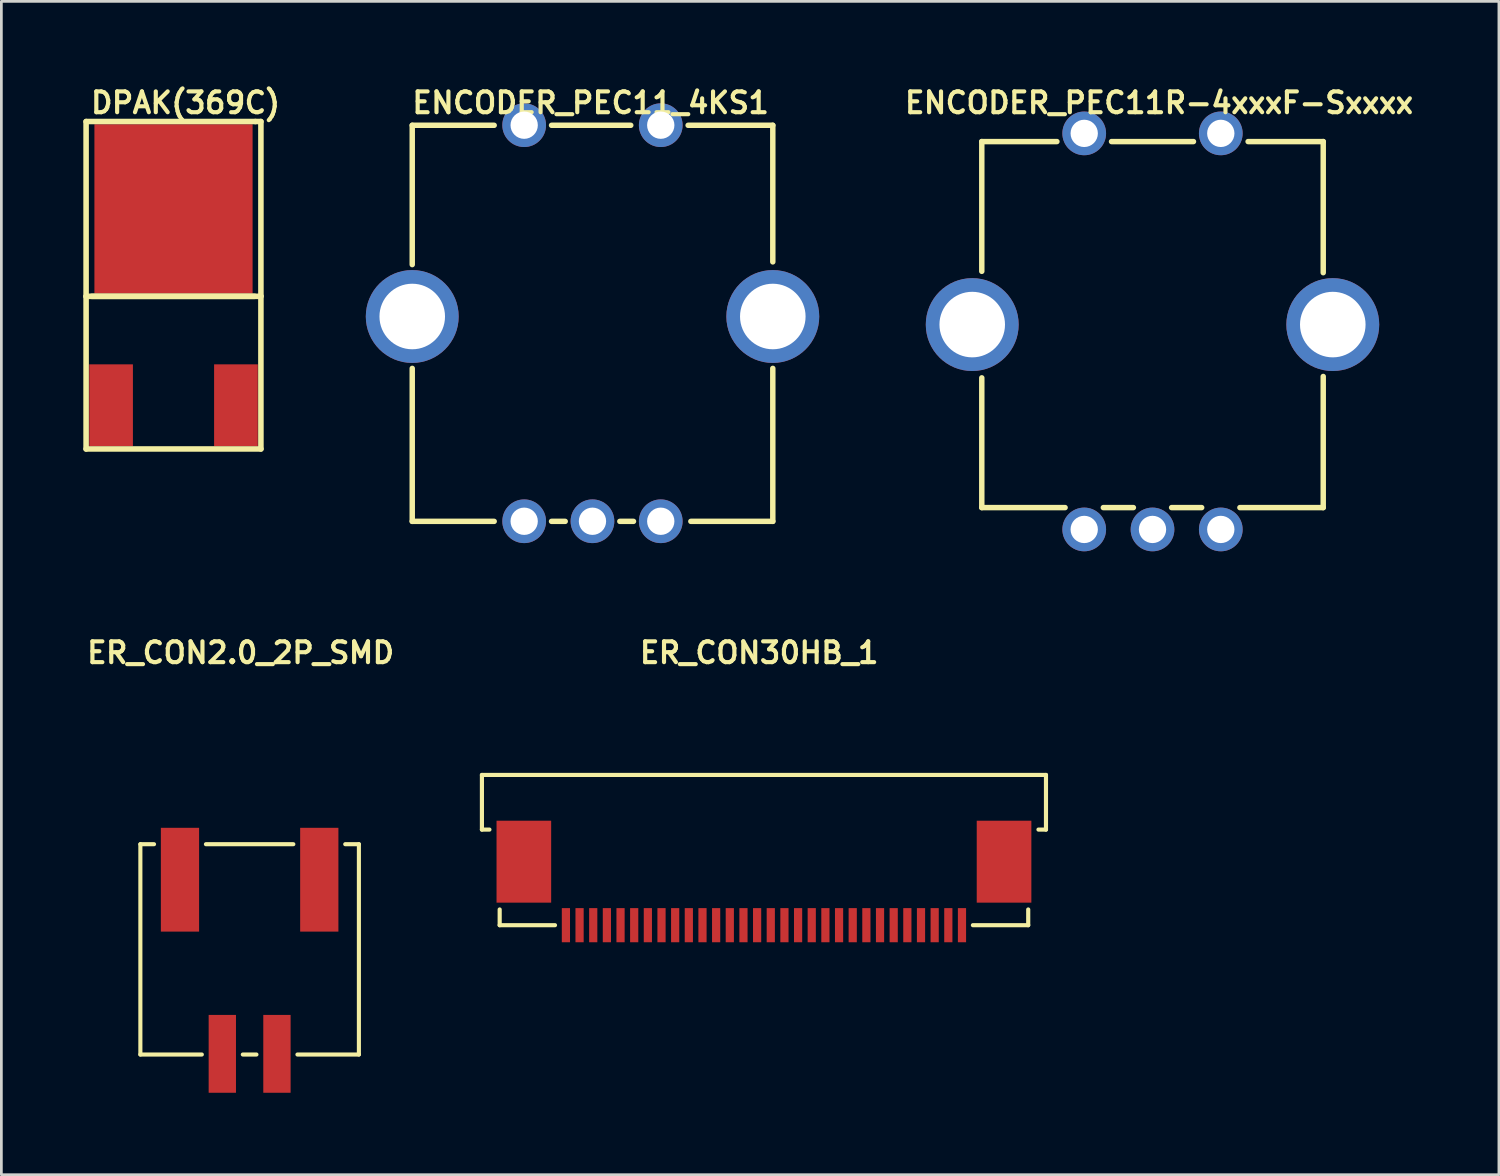
<source format=kicad_pcb>
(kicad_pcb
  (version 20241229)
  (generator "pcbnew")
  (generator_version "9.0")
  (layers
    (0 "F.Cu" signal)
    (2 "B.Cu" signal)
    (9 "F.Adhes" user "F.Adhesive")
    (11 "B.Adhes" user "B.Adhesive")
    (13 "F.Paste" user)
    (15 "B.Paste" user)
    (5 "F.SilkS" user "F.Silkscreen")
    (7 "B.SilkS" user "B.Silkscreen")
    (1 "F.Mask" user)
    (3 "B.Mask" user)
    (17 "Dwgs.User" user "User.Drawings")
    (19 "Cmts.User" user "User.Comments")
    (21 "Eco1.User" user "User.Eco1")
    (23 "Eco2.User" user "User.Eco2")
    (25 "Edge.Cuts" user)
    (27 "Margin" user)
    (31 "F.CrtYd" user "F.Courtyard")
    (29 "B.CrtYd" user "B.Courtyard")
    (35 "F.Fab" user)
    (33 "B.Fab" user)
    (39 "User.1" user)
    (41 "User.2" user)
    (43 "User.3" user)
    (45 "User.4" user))
  (footprint "DPAK(369C)"
    (layer "F.Cu")
    (at 3.302 7.393)
    (property "Reference" "DPAK(369C)" (at 0.44 -6.68 180) (layer "F.SilkS") (effects (font (size 0.762 0.762) (thickness 0.152))))
    (attr through_hole)
    (fp_line (start -3.2 -5.994) (end 2.997 -5.994) (stroke (width 0.203) (type solid)) (layer "F.SilkS"))
    (fp_line (start -3.2 0.406) (end -3.2 -5.994) (stroke (width 0.203) (type solid)) (layer "F.SilkS"))
    (fp_line (start -3.2 0.406) (end -3.2 5.994) (stroke (width 0.203) (type solid)) (layer "F.SilkS"))
    (fp_line (start -3.2 5.994) (end 3.2 5.994) (stroke (width 0.203) (type solid)) (layer "F.SilkS"))
    (fp_line (start -2.997 0.406) (end 2.972 0.406) (stroke (width 0.203) (type solid)) (layer "F.SilkS"))
    (fp_line (start 2.997 -5.994) (end 3.2 -5.994) (stroke (width 0.203) (type solid)) (layer "F.SilkS"))
    (fp_line (start 3.2 -5.994) (end 3.2 0.381) (stroke (width 0.203) (type solid)) (layer "F.SilkS"))
    (fp_line (start 3.2 0.406) (end -3.2 0.406) (stroke (width 0.203) (type solid)) (layer "F.SilkS"))
    (fp_line (start 3.2 5.994) (end 3.2 0.406) (stroke (width 0.203) (type solid)) (layer "F.SilkS"))
    (pad "1" smd rect (at -2.286 4.394) (size 1.6 2.997) (layers "F.Cu" "F.Mask" "F.Paste"))
    (pad "2" smd rect (at 0 -2.794) (size 5.791 6.198) (layers "F.Cu" "F.Mask" "F.Paste"))
    (pad "3" smd rect (at 2.286 4.394) (size 1.6 2.997) (layers "F.Cu" "F.Mask" "F.Paste")))
  (footprint "ER_CON30HB_1"
    (layer "F.Cu")
    (at 24.918 30.821)
    (property "Reference" "ER_CON30HB_1" (at -0.175 -9.975 0) (layer "F.SilkS") (effects (font (size 0.762 0.762) (thickness 0.152))))
    (attr through_hole)
    (fp_line (start -10.325 -5.5) (end -10.325 -3.5) (stroke (width 0.152) (type solid)) (layer "F.SilkS"))
    (fp_line (start -10.325 -5.5) (end 10.325 -5.5) (stroke (width 0.152) (type solid)) (layer "F.SilkS"))
    (fp_line (start -10.325 -3.5) (end -10.05 -3.5) (stroke (width 0.152) (type solid)) (layer "F.SilkS"))
    (fp_line (start -9.675 0) (end -9.675 -0.575) (stroke (width 0.152) (type solid)) (layer "F.SilkS"))
    (fp_line (start -7.65 0) (end -9.675 0) (stroke (width 0.152) (type solid)) (layer "F.SilkS"))
    (fp_line (start 7.65 0) (end 9.675 0) (stroke (width 0.152) (type solid)) (layer "F.SilkS"))
    (fp_line (start 9.675 0) (end 9.675 -0.575) (stroke (width 0.152) (type solid)) (layer "F.SilkS"))
    (fp_line (start 10.325 -5.5) (end 10.325 -3.5) (stroke (width 0.152) (type solid)) (layer "F.SilkS"))
    (fp_line (start 10.325 -3.5) (end 10.05 -3.5) (stroke (width 0.152) (type solid)) (layer "F.SilkS"))
    (pad "" smd rect (at -8.79 -2.325) (size 2 3) (layers "F.Cu" "F.Mask" "F.Paste"))
    (pad "" smd rect (at 8.79 -2.325) (size 2 3) (layers "F.Cu" "F.Mask" "F.Paste"))
    (pad "1" smd rect (at -7.25 0) (size 0.3 1.25) (layers "F.Cu" "F.Mask" "F.Paste"))
    (pad "2" smd rect (at -6.75 0) (size 0.3 1.25) (layers "F.Cu" "F.Mask" "F.Paste"))
    (pad "3" smd rect (at -6.25 0) (size 0.3 1.25) (layers "F.Cu" "F.Mask" "F.Paste"))
    (pad "4" smd rect (at -5.75 0) (size 0.3 1.25) (layers "F.Cu" "F.Mask" "F.Paste"))
    (pad "5" smd rect (at -5.25 0) (size 0.3 1.25) (layers "F.Cu" "F.Mask" "F.Paste"))
    (pad "6" smd rect (at -4.75 0) (size 0.3 1.25) (layers "F.Cu" "F.Mask" "F.Paste"))
    (pad "7" smd rect (at -4.25 0) (size 0.3 1.25) (layers "F.Cu" "F.Mask" "F.Paste"))
    (pad "8" smd rect (at -3.75 0) (size 0.3 1.25) (layers "F.Cu" "F.Mask" "F.Paste"))
    (pad "9" smd rect (at -3.25 0) (size 0.3 1.25) (layers "F.Cu" "F.Mask" "F.Paste"))
    (pad "10" smd rect (at -2.75 0) (size 0.3 1.25) (layers "F.Cu" "F.Mask" "F.Paste"))
    (pad "11" smd rect (at -2.25 0) (size 0.3 1.25) (layers "F.Cu" "F.Mask" "F.Paste"))
    (pad "12" smd rect (at -1.75 0) (size 0.3 1.25) (layers "F.Cu" "F.Mask" "F.Paste"))
    (pad "13" smd rect (at -1.25 0) (size 0.3 1.25) (layers "F.Cu" "F.Mask" "F.Paste"))
    (pad "14" smd rect (at -0.75 0) (size 0.3 1.25) (layers "F.Cu" "F.Mask" "F.Paste"))
    (pad "15" smd rect (at -0.25 0) (size 0.3 1.25) (layers "F.Cu" "F.Mask" "F.Paste"))
    (pad "16" smd rect (at 0.25 0) (size 0.3 1.25) (layers "F.Cu" "F.Mask" "F.Paste"))
    (pad "17" smd rect (at 0.75 0) (size 0.3 1.25) (layers "F.Cu" "F.Mask" "F.Paste"))
    (pad "18" smd rect (at 1.25 0) (size 0.3 1.25) (layers "F.Cu" "F.Mask" "F.Paste"))
    (pad "19" smd rect (at 1.75 0) (size 0.3 1.25) (layers "F.Cu" "F.Mask" "F.Paste"))
    (pad "20" smd rect (at 2.25 0) (size 0.3 1.25) (layers "F.Cu" "F.Mask" "F.Paste"))
    (pad "21" smd rect (at 2.75 0) (size 0.3 1.25) (layers "F.Cu" "F.Mask" "F.Paste"))
    (pad "22" smd rect (at 3.25 0) (size 0.3 1.25) (layers "F.Cu" "F.Mask" "F.Paste"))
    (pad "23" smd rect (at 3.75 0) (size 0.3 1.25) (layers "F.Cu" "F.Mask" "F.Paste"))
    (pad "24" smd rect (at 4.25 0) (size 0.3 1.25) (layers "F.Cu" "F.Mask" "F.Paste"))
    (pad "25" smd rect (at 4.75 0) (size 0.3 1.25) (layers "F.Cu" "F.Mask" "F.Paste"))
    (pad "26" smd rect (at 5.25 0) (size 0.3 1.25) (layers "F.Cu" "F.Mask" "F.Paste"))
    (pad "27" smd rect (at 5.75 0) (size 0.3 1.25) (layers "F.Cu" "F.Mask" "F.Paste"))
    (pad "28" smd rect (at 6.25 0) (size 0.3 1.25) (layers "F.Cu" "F.Mask" "F.Paste"))
    (pad "29" smd rect (at 6.75 0) (size 0.3 1.25) (layers "F.Cu" "F.Mask" "F.Paste"))
    (pad "30" smd rect (at 7.25 0) (size 0.3 1.25) (layers "F.Cu" "F.Mask" "F.Paste")))
  (footprint "ER_CON2.0_2P_SMD"
    (layer "F.Cu")
    (at 6.089 31.706)
    (property "Reference" "ER_CON2.0_2P_SMD" (at -0.33 -10.86 0) (layer "F.SilkS") (effects (font (size 0.762 0.762) (thickness 0.152))))
    (attr through_hole)
    (fp_line (start -4 -3.85) (end -4 3.85) (stroke (width 0.15) (type solid)) (layer "F.SilkS"))
    (fp_line (start -4 3.85) (end -1.75 3.85) (stroke (width 0.15) (type solid)) (layer "F.SilkS"))
    (fp_line (start -3.5 -3.85) (end -4 -3.85) (stroke (width 0.15) (type solid)) (layer "F.SilkS"))
    (fp_line (start -0.25 3.85) (end 0.25 3.85) (stroke (width 0.15) (type solid)) (layer "F.SilkS"))
    (fp_line (start 1.6 -3.85) (end -1.6 -3.85) (stroke (width 0.15) (type solid)) (layer "F.SilkS"))
    (fp_line (start 1.75 3.85) (end 4 3.85) (stroke (width 0.15) (type solid)) (layer "F.SilkS"))
    (fp_line (start 4 -3.85) (end 3.5 -3.85) (stroke (width 0.15) (type solid)) (layer "F.SilkS"))
    (fp_line (start 4 3.85) (end 4 -3.85) (stroke (width 0.15) (type solid)) (layer "F.SilkS"))
    (pad "" smd rect (at -2.55 -2.55) (size 1.4 3.8) (layers "F.Cu" "F.Mask" "F.Paste"))
    (pad "" smd rect (at 2.55 -2.55) (size 1.4 3.8) (layers "F.Cu" "F.Mask" "F.Paste"))
    (pad "1" smd rect (at -1 3.825) (size 1 2.85) (layers "F.Cu" "F.Mask" "F.Paste"))
    (pad "2" smd rect (at 1 3.825) (size 1 2.85) (layers "F.Cu" "F.Mask" "F.Paste")))
  (footprint "ENCODER_PEC11R-4xxxF-Sxxxx"
    (layer "F.Cu")
    (at 39.143 8.833)
    (property "Reference" "ENCODER_PEC11R-4xxxF-Sxxxx" (at 0.24 -8.12 0) (layer "F.SilkS") (effects (font (size 0.762 0.762) (thickness 0.152))))
    (attr smd)
    (fp_line (start -6.25 -6.7) (end -6.25 -1.95) (stroke (width 0.2) (type solid)) (layer "F.SilkS"))
    (fp_line (start -6.25 -6.7) (end -3.5 -6.7) (stroke (width 0.2) (type solid)) (layer "F.SilkS"))
    (fp_line (start -6.25 6.7) (end -6.25 1.95) (stroke (width 0.2) (type solid)) (layer "F.SilkS"))
    (fp_line (start -6.25 6.7) (end -3.2 6.7) (stroke (width 0.2) (type solid)) (layer "F.SilkS"))
    (fp_line (start -1.8 6.7) (end -0.7 6.7) (stroke (width 0.2) (type solid)) (layer "F.SilkS"))
    (fp_line (start 0.7 6.7) (end 1.8 6.7) (stroke (width 0.2) (type solid)) (layer "F.SilkS"))
    (fp_line (start 1.5 -6.7) (end -1.5 -6.7) (stroke (width 0.2) (type solid)) (layer "F.SilkS"))
    (fp_line (start 3.2 6.7) (end 6.25 6.7) (stroke (width 0.2) (type solid)) (layer "F.SilkS"))
    (fp_line (start 6.25 -6.7) (end 3.5 -6.7) (stroke (width 0.2) (type solid)) (layer "F.SilkS"))
    (fp_line (start 6.25 -1.9) (end 6.25 -6.7) (stroke (width 0.2) (type solid)) (layer "F.SilkS"))
    (fp_line (start 6.25 6.7) (end 6.25 1.9) (stroke (width 0.2) (type solid)) (layer "F.SilkS"))
    (pad "1" thru_hole circle (at -2.5 7.5) (size 1.6 1.6) (drill 1) (layers "*.Cu" "*.Mask"))
    (pad "2" thru_hole circle (at 0 7.5) (size 1.6 1.6) (drill 1) (layers "*.Cu" "*.Mask"))
    (pad "3" thru_hole circle (at 2.5 7.5) (size 1.6 1.6) (drill 1) (layers "*.Cu" "*.Mask"))
    (pad "4" thru_hole circle (at -2.5 -7) (size 1.6 1.6) (drill 1) (layers "*.Cu" "*.Mask"))
    (pad "5" thru_hole circle (at 2.5 -7) (size 1.6 1.6) (drill 1) (layers "*.Cu" "*.Mask"))
    (pad "6" thru_hole circle (at -6.6 0) (size 3.4 3.4) (drill 2.4) (layers "*.Cu" "*.Mask"))
    (pad "7" thru_hole circle (at 6.6 0) (size 3.4 3.4) (drill 2.4) (layers "*.Cu" "*.Mask")))
  (footprint "ENCODER_PEC11_4KS1"
    (layer "F.Cu")
    (at 18.642 8.537)
    (property "Reference" "ENCODER_PEC11_4KS1" (at -0.069 -7.824 0) (layer "F.SilkS") (effects (font (size 0.762 0.762) (thickness 0.152))))
    (attr smd)
    (fp_line (start -6.6 -7) (end -3.6 -7) (stroke (width 0.2) (type solid)) (layer "F.SilkS"))
    (fp_line (start -6.6 -1.9) (end -6.6 -7) (stroke (width 0.2) (type solid)) (layer "F.SilkS"))
    (fp_line (start -6.6 1.9) (end -6.6 7.5) (stroke (width 0.2) (type solid)) (layer "F.SilkS"))
    (fp_line (start -6.6 7.5) (end -3.6 7.5) (stroke (width 0.2) (type solid)) (layer "F.SilkS"))
    (fp_line (start -1.5 -7) (end 1.4 -7) (stroke (width 0.2) (type solid)) (layer "F.SilkS"))
    (fp_line (start -1 7.5) (end -1.5 7.5) (stroke (width 0.2) (type solid)) (layer "F.SilkS"))
    (fp_line (start 1.5 7.5) (end 1 7.5) (stroke (width 0.2) (type solid)) (layer "F.SilkS"))
    (fp_line (start 3.5 -7) (end 6.6 -7) (stroke (width 0.2) (type solid)) (layer "F.SilkS"))
    (fp_line (start 6.6 -7) (end 6.6 -2) (stroke (width 0.2) (type solid)) (layer "F.SilkS"))
    (fp_line (start 6.6 1.9) (end 6.6 7.5) (stroke (width 0.2) (type solid)) (layer "F.SilkS"))
    (fp_line (start 6.6 7.5) (end 3.6 7.5) (stroke (width 0.2) (type solid)) (layer "F.SilkS"))
    (pad "1" thru_hole circle (at -2.502 7.496) (size 1.6 1.6) (drill 1) (layers "*.Cu" "*.Mask"))
    (pad "2" thru_hole circle (at -0.002 7.496) (size 1.6 1.6) (drill 1) (layers "*.Cu" "*.Mask"))
    (pad "3" thru_hole circle (at 2.498 7.496) (size 1.6 1.6) (drill 1) (layers "*.Cu" "*.Mask"))
    (pad "4" thru_hole circle (at -2.502 -7.004) (size 1.6 1.6) (drill 1) (layers "*.Cu" "*.Mask"))
    (pad "5" thru_hole circle (at 2.498 -7.004) (size 1.6 1.6) (drill 1) (layers "*.Cu" "*.Mask"))
    (pad "6" thru_hole circle (at -6.6 0) (size 3.4 3.4) (drill 2.4) (layers "*.Cu" "*.Mask"))
    (pad "7" thru_hole circle (at 6.6 0) (size 3.4 3.4) (drill 2.4) (layers "*.Cu" "*.Mask")))
  (gr_rect
    (start -3 -3)
    (end 51.825 39.956)
    (stroke (width 0.1) (type default))
    (fill no)
    (layer "Edge.Cuts")))
</source>
